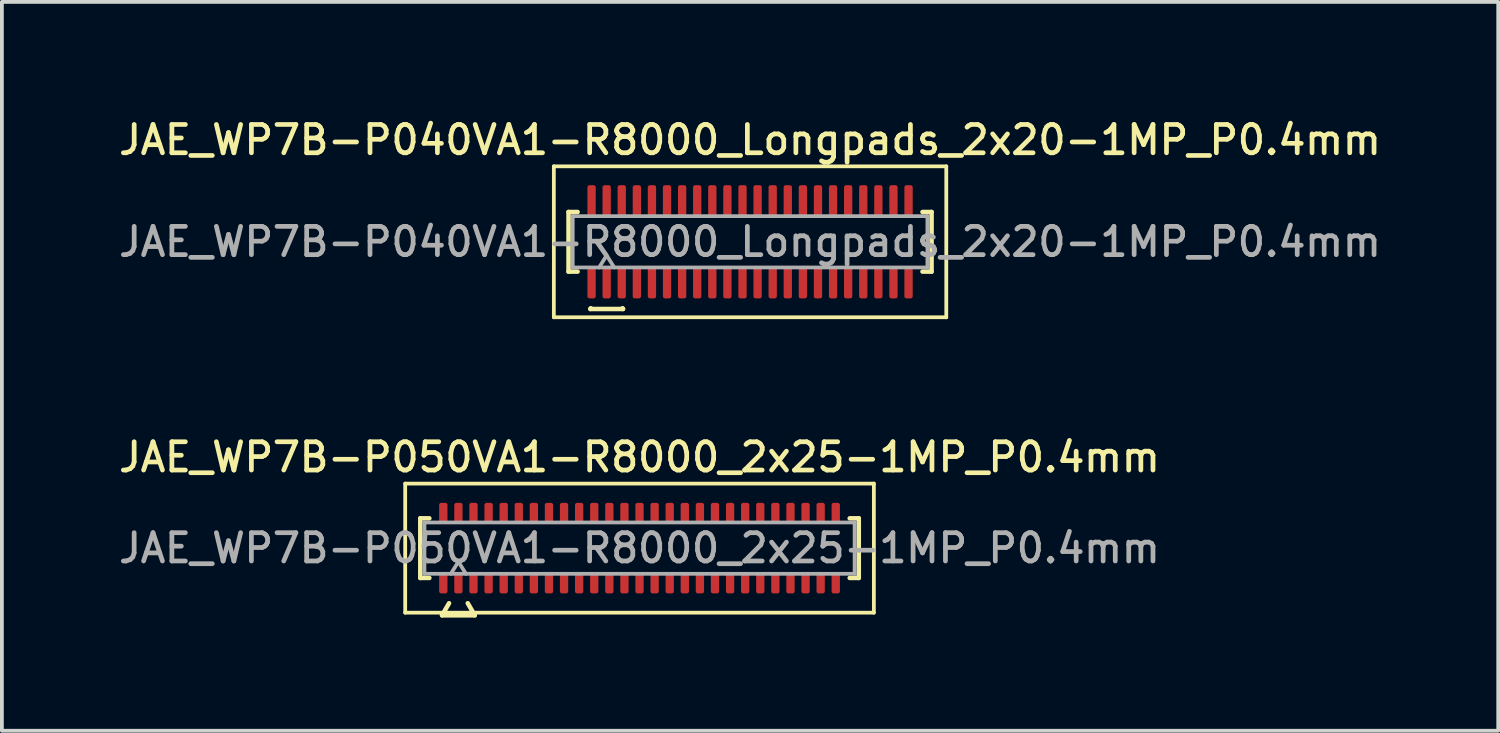
<source format=kicad_pcb>
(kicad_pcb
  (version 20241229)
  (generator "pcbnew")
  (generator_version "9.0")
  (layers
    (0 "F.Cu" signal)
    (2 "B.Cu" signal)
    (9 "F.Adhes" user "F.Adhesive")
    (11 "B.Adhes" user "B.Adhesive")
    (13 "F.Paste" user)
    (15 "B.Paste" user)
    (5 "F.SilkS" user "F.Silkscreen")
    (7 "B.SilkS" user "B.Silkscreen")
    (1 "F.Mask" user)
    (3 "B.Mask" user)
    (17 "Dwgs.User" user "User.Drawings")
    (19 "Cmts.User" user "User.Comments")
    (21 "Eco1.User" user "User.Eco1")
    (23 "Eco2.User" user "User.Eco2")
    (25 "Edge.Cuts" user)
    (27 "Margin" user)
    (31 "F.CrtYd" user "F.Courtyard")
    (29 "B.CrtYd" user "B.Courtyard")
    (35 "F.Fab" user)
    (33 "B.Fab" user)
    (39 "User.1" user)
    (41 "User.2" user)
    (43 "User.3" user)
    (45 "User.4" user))
  (footprint "JAE_WP7B-P040VA1-R8000_Longpads_2x20-1MP_P0.4mm"
    (layer "F.Cu")
    (at 16.827 3.358)
    (property "Reference" "JAE_WP7B-P040VA1-R8000_Longpads_2x20-1MP_P0.4mm" (at 0 -2.7 0) (layer "F.SilkS") (effects (font (size 0.75 0.75) (thickness 0.125))))
    (attr smd)
    (fp_line (start -5.2 -2) (end -5.2 2) (stroke (width 0.1) (type solid)) (layer "F.SilkS"))
    (fp_line (start -5.2 2) (end 5.2 2) (stroke (width 0.1) (type solid)) (layer "F.SilkS"))
    (fp_line (start -4.81 -0.79) (end -4.57 -0.79) (stroke (width 0.12) (type solid)) (layer "F.SilkS"))
    (fp_line (start -4.81 0.79) (end -4.81 -0.79) (stroke (width 0.12) (type solid)) (layer "F.SilkS"))
    (fp_line (start -4.57 0.79) (end -4.81 0.79) (stroke (width 0.12) (type solid)) (layer "F.SilkS"))
    (fp_line (start -4.233 1.78) (end -4.221 1.76) (stroke (width 0.12) (type solid)) (layer "F.SilkS"))
    (fp_line (start -3.379 1.76) (end -3.367 1.78) (stroke (width 0.12) (type solid)) (layer "F.SilkS"))
    (fp_line (start -3.367 1.78) (end -4.233 1.78) (stroke (width 0.12) (type solid)) (layer "F.SilkS"))
    (fp_line (start 4.57 -0.79) (end 4.81 -0.79) (stroke (width 0.12) (type solid)) (layer "F.SilkS"))
    (fp_line (start 4.81 -0.79) (end 4.81 0.79) (stroke (width 0.12) (type solid)) (layer "F.SilkS"))
    (fp_line (start 4.81 0.79) (end 4.57 0.79) (stroke (width 0.12) (type solid)) (layer "F.SilkS"))
    (fp_line (start 5.2 -2) (end -5.2 -2) (stroke (width 0.1) (type solid)) (layer "F.SilkS"))
    (fp_line (start 5.2 2) (end 5.2 -2) (stroke (width 0.1) (type solid)) (layer "F.SilkS"))
    (fp_line (start -4.7 -0.68) (end 4.7 -0.68) (stroke (width 0.1) (type solid)) (layer "F.Fab"))
    (fp_line (start -4.7 0.68) (end -4.7 -0.68) (stroke (width 0.1) (type solid)) (layer "F.Fab"))
    (fp_line (start -4 0.68) (end -3.8 0.36) (stroke (width 0.1) (type solid)) (layer "F.Fab"))
    (fp_line (start -3.8 0.36) (end -3.6 0.68) (stroke (width 0.1) (type solid)) (layer "F.Fab"))
    (fp_line (start 4.7 -0.68) (end 4.7 0.68) (stroke (width 0.1) (type solid)) (layer "F.Fab"))
    (fp_line (start 4.7 0.68) (end -4.7 0.68) (stroke (width 0.1) (type solid)) (layer "F.Fab"))
    (fp_text user "${REFERENCE}" (at 0 0 0) (layer "F.Fab") (effects (font (size 0.75 0.75) (thickness 0.125))))
    (pad "1" smd roundrect (at -3.8 1.075) (size 0.22 0.85) (layers "F.Cu" "F.Mask" "F.Paste") (roundrect_rratio 0.25))
    (pad "2" smd roundrect (at -3.8 -1.075) (size 0.22 0.85) (layers "F.Cu" "F.Mask" "F.Paste") (roundrect_rratio 0.25))
    (pad "3" smd roundrect (at -3.4 1.075) (size 0.22 0.85) (layers "F.Cu" "F.Mask" "F.Paste") (roundrect_rratio 0.25))
    (pad "4" smd roundrect (at -3.4 -1.075) (size 0.22 0.85) (layers "F.Cu" "F.Mask" "F.Paste") (roundrect_rratio 0.25))
    (pad "5" smd roundrect (at -3 1.075) (size 0.22 0.85) (layers "F.Cu" "F.Mask" "F.Paste") (roundrect_rratio 0.25))
    (pad "6" smd roundrect (at -3 -1.075) (size 0.22 0.85) (layers "F.Cu" "F.Mask" "F.Paste") (roundrect_rratio 0.25))
    (pad "7" smd roundrect (at -2.6 1.075) (size 0.22 0.85) (layers "F.Cu" "F.Mask" "F.Paste") (roundrect_rratio 0.25))
    (pad "8" smd roundrect (at -2.6 -1.075) (size 0.22 0.85) (layers "F.Cu" "F.Mask" "F.Paste") (roundrect_rratio 0.25))
    (pad "9" smd roundrect (at -2.2 1.075) (size 0.22 0.85) (layers "F.Cu" "F.Mask" "F.Paste") (roundrect_rratio 0.25))
    (pad "10" smd roundrect (at -2.2 -1.075) (size 0.22 0.85) (layers "F.Cu" "F.Mask" "F.Paste") (roundrect_rratio 0.25))
    (pad "11" smd roundrect (at -1.8 1.075) (size 0.22 0.85) (layers "F.Cu" "F.Mask" "F.Paste") (roundrect_rratio 0.25))
    (pad "12" smd roundrect (at -1.8 -1.075) (size 0.22 0.85) (layers "F.Cu" "F.Mask" "F.Paste") (roundrect_rratio 0.25))
    (pad "13" smd roundrect (at -1.4 1.075) (size 0.22 0.85) (layers "F.Cu" "F.Mask" "F.Paste") (roundrect_rratio 0.25))
    (pad "14" smd roundrect (at -1.4 -1.075) (size 0.22 0.85) (layers "F.Cu" "F.Mask" "F.Paste") (roundrect_rratio 0.25))
    (pad "15" smd roundrect (at -1 1.075) (size 0.22 0.85) (layers "F.Cu" "F.Mask" "F.Paste") (roundrect_rratio 0.25))
    (pad "16" smd roundrect (at -1 -1.075) (size 0.22 0.85) (layers "F.Cu" "F.Mask" "F.Paste") (roundrect_rratio 0.25))
    (pad "17" smd roundrect (at -0.6 1.075) (size 0.22 0.85) (layers "F.Cu" "F.Mask" "F.Paste") (roundrect_rratio 0.25))
    (pad "18" smd roundrect (at -0.6 -1.075) (size 0.22 0.85) (layers "F.Cu" "F.Mask" "F.Paste") (roundrect_rratio 0.25))
    (pad "19" smd roundrect (at -0.2 1.075) (size 0.22 0.85) (layers "F.Cu" "F.Mask" "F.Paste") (roundrect_rratio 0.25))
    (pad "20" smd roundrect (at -0.2 -1.075) (size 0.22 0.85) (layers "F.Cu" "F.Mask" "F.Paste") (roundrect_rratio 0.25))
    (pad "21" smd roundrect (at 0.2 1.075) (size 0.22 0.85) (layers "F.Cu" "F.Mask" "F.Paste") (roundrect_rratio 0.25))
    (pad "22" smd roundrect (at 0.2 -1.075) (size 0.22 0.85) (layers "F.Cu" "F.Mask" "F.Paste") (roundrect_rratio 0.25))
    (pad "23" smd roundrect (at 0.6 1.075) (size 0.22 0.85) (layers "F.Cu" "F.Mask" "F.Paste") (roundrect_rratio 0.25))
    (pad "24" smd roundrect (at 0.6 -1.075) (size 0.22 0.85) (layers "F.Cu" "F.Mask" "F.Paste") (roundrect_rratio 0.25))
    (pad "25" smd roundrect (at 1 1.075) (size 0.22 0.85) (layers "F.Cu" "F.Mask" "F.Paste") (roundrect_rratio 0.25))
    (pad "26" smd roundrect (at 1 -1.075) (size 0.22 0.85) (layers "F.Cu" "F.Mask" "F.Paste") (roundrect_rratio 0.25))
    (pad "27" smd roundrect (at 1.4 1.075) (size 0.22 0.85) (layers "F.Cu" "F.Mask" "F.Paste") (roundrect_rratio 0.25))
    (pad "28" smd roundrect (at 1.4 -1.075) (size 0.22 0.85) (layers "F.Cu" "F.Mask" "F.Paste") (roundrect_rratio 0.25))
    (pad "29" smd roundrect (at 1.8 1.075) (size 0.22 0.85) (layers "F.Cu" "F.Mask" "F.Paste") (roundrect_rratio 0.25))
    (pad "30" smd roundrect (at 1.8 -1.075) (size 0.22 0.85) (layers "F.Cu" "F.Mask" "F.Paste") (roundrect_rratio 0.25))
    (pad "31" smd roundrect (at 2.2 1.075) (size 0.22 0.85) (layers "F.Cu" "F.Mask" "F.Paste") (roundrect_rratio 0.25))
    (pad "32" smd roundrect (at 2.2 -1.075) (size 0.22 0.85) (layers "F.Cu" "F.Mask" "F.Paste") (roundrect_rratio 0.25))
    (pad "33" smd roundrect (at 2.6 1.075) (size 0.22 0.85) (layers "F.Cu" "F.Mask" "F.Paste") (roundrect_rratio 0.25))
    (pad "34" smd roundrect (at 2.6 -1.075) (size 0.22 0.85) (layers "F.Cu" "F.Mask" "F.Paste") (roundrect_rratio 0.25))
    (pad "35" smd roundrect (at 3 1.075) (size 0.22 0.85) (layers "F.Cu" "F.Mask" "F.Paste") (roundrect_rratio 0.25))
    (pad "36" smd roundrect (at 3 -1.075) (size 0.22 0.85) (layers "F.Cu" "F.Mask" "F.Paste") (roundrect_rratio 0.25))
    (pad "37" smd roundrect (at 3.4 1.075) (size 0.22 0.85) (layers "F.Cu" "F.Mask" "F.Paste") (roundrect_rratio 0.25))
    (pad "38" smd roundrect (at 3.4 -1.075) (size 0.22 0.85) (layers "F.Cu" "F.Mask" "F.Paste") (roundrect_rratio 0.25))
    (pad "39" smd roundrect (at 3.8 1.075) (size 0.22 0.85) (layers "F.Cu" "F.Mask" "F.Paste") (roundrect_rratio 0.25))
    (pad "40" smd roundrect (at 3.8 -1.075) (size 0.22 0.85) (layers "F.Cu" "F.Mask" "F.Paste") (roundrect_rratio 0.25))
    (pad "MP" smd roundrect (at -4.2 -1.075) (size 0.22 0.85) (layers "F.Cu" "F.Mask" "F.Paste") (roundrect_rratio 0.25))
    (pad "MP" smd roundrect (at -4.2 1.075) (size 0.22 0.85) (layers "F.Cu" "F.Mask" "F.Paste") (roundrect_rratio 0.25))
    (pad "MP" smd roundrect (at 4.2 -1.075) (size 0.22 0.85) (layers "F.Cu" "F.Mask" "F.Paste") (roundrect_rratio 0.25))
    (pad "MP" smd roundrect (at 4.2 1.075) (size 0.22 0.85) (layers "F.Cu" "F.Mask" "F.Paste") (roundrect_rratio 0.25)))
  (footprint "JAE_WP7B-P050VA1-R8000_2x25-1MP_P0.4mm"
    (layer "F.Cu")
    (at 13.898 11.476)
    (property "Reference" "JAE_WP7B-P050VA1-R8000_2x25-1MP_P0.4mm" (at 0 -2.41 0) (layer "F.SilkS") (effects (font (size 0.75 0.75) (thickness 0.125))))
    (attr smd)
    (fp_line (start -6.21 -1.71) (end -6.21 1.71) (stroke (width 0.1) (type solid)) (layer "F.SilkS"))
    (fp_line (start -6.21 1.71) (end 6.21 1.71) (stroke (width 0.1) (type solid)) (layer "F.SilkS"))
    (fp_line (start -5.81 -0.79) (end -5.57 -0.79) (stroke (width 0.12) (type solid)) (layer "F.SilkS"))
    (fp_line (start -5.81 0.79) (end -5.81 -0.79) (stroke (width 0.12) (type solid)) (layer "F.SilkS"))
    (fp_line (start -5.57 0.79) (end -5.81 0.79) (stroke (width 0.12) (type solid)) (layer "F.SilkS"))
    (fp_line (start -5.233 1.78) (end -5.048 1.46) (stroke (width 0.12) (type solid)) (layer "F.SilkS"))
    (fp_line (start -4.552 1.46) (end -4.367 1.78) (stroke (width 0.12) (type solid)) (layer "F.SilkS"))
    (fp_line (start -4.367 1.78) (end -5.233 1.78) (stroke (width 0.12) (type solid)) (layer "F.SilkS"))
    (fp_line (start 5.57 -0.79) (end 5.81 -0.79) (stroke (width 0.12) (type solid)) (layer "F.SilkS"))
    (fp_line (start 5.81 -0.79) (end 5.81 0.79) (stroke (width 0.12) (type solid)) (layer "F.SilkS"))
    (fp_line (start 5.81 0.79) (end 5.57 0.79) (stroke (width 0.12) (type solid)) (layer "F.SilkS"))
    (fp_line (start 6.21 -1.71) (end -6.21 -1.71) (stroke (width 0.1) (type solid)) (layer "F.SilkS"))
    (fp_line (start 6.21 1.71) (end 6.21 -1.71) (stroke (width 0.1) (type solid)) (layer "F.SilkS"))
    (fp_line (start -5.7 -0.68) (end 5.7 -0.68) (stroke (width 0.1) (type solid)) (layer "F.Fab"))
    (fp_line (start -5.7 0.68) (end -5.7 -0.68) (stroke (width 0.1) (type solid)) (layer "F.Fab"))
    (fp_line (start -5 0.68) (end -4.8 0.36) (stroke (width 0.1) (type solid)) (layer "F.Fab"))
    (fp_line (start -4.8 0.36) (end -4.6 0.68) (stroke (width 0.1) (type solid)) (layer "F.Fab"))
    (fp_line (start 5.7 -0.68) (end 5.7 0.68) (stroke (width 0.1) (type solid)) (layer "F.Fab"))
    (fp_line (start 5.7 0.68) (end -5.7 0.68) (stroke (width 0.1) (type solid)) (layer "F.Fab"))
    (fp_text user "${REFERENCE}" (at 0 0 0) (layer "F.Fab") (effects (font (size 0.75 0.75) (thickness 0.125))))
    (pad "1" smd roundrect (at -4.8 0.925) (size 0.22 0.55) (layers "F.Cu" "F.Mask" "F.Paste") (roundrect_rratio 0.25))
    (pad "2" smd roundrect (at -4.8 -0.925) (size 0.22 0.55) (layers "F.Cu" "F.Mask" "F.Paste") (roundrect_rratio 0.25))
    (pad "3" smd roundrect (at -4.4 0.925) (size 0.22 0.55) (layers "F.Cu" "F.Mask" "F.Paste") (roundrect_rratio 0.25))
    (pad "4" smd roundrect (at -4.4 -0.925) (size 0.22 0.55) (layers "F.Cu" "F.Mask" "F.Paste") (roundrect_rratio 0.25))
    (pad "5" smd roundrect (at -4 0.925) (size 0.22 0.55) (layers "F.Cu" "F.Mask" "F.Paste") (roundrect_rratio 0.25))
    (pad "6" smd roundrect (at -4 -0.925) (size 0.22 0.55) (layers "F.Cu" "F.Mask" "F.Paste") (roundrect_rratio 0.25))
    (pad "7" smd roundrect (at -3.6 0.925) (size 0.22 0.55) (layers "F.Cu" "F.Mask" "F.Paste") (roundrect_rratio 0.25))
    (pad "8" smd roundrect (at -3.6 -0.925) (size 0.22 0.55) (layers "F.Cu" "F.Mask" "F.Paste") (roundrect_rratio 0.25))
    (pad "9" smd roundrect (at -3.2 0.925) (size 0.22 0.55) (layers "F.Cu" "F.Mask" "F.Paste") (roundrect_rratio 0.25))
    (pad "10" smd roundrect (at -3.2 -0.925) (size 0.22 0.55) (layers "F.Cu" "F.Mask" "F.Paste") (roundrect_rratio 0.25))
    (pad "11" smd roundrect (at -2.8 0.925) (size 0.22 0.55) (layers "F.Cu" "F.Mask" "F.Paste") (roundrect_rratio 0.25))
    (pad "12" smd roundrect (at -2.8 -0.925) (size 0.22 0.55) (layers "F.Cu" "F.Mask" "F.Paste") (roundrect_rratio 0.25))
    (pad "13" smd roundrect (at -2.4 0.925) (size 0.22 0.55) (layers "F.Cu" "F.Mask" "F.Paste") (roundrect_rratio 0.25))
    (pad "14" smd roundrect (at -2.4 -0.925) (size 0.22 0.55) (layers "F.Cu" "F.Mask" "F.Paste") (roundrect_rratio 0.25))
    (pad "15" smd roundrect (at -2 0.925) (size 0.22 0.55) (layers "F.Cu" "F.Mask" "F.Paste") (roundrect_rratio 0.25))
    (pad "16" smd roundrect (at -2 -0.925) (size 0.22 0.55) (layers "F.Cu" "F.Mask" "F.Paste") (roundrect_rratio 0.25))
    (pad "17" smd roundrect (at -1.6 0.925) (size 0.22 0.55) (layers "F.Cu" "F.Mask" "F.Paste") (roundrect_rratio 0.25))
    (pad "18" smd roundrect (at -1.6 -0.925) (size 0.22 0.55) (layers "F.Cu" "F.Mask" "F.Paste") (roundrect_rratio 0.25))
    (pad "19" smd roundrect (at -1.2 0.925) (size 0.22 0.55) (layers "F.Cu" "F.Mask" "F.Paste") (roundrect_rratio 0.25))
    (pad "20" smd roundrect (at -1.2 -0.925) (size 0.22 0.55) (layers "F.Cu" "F.Mask" "F.Paste") (roundrect_rratio 0.25))
    (pad "21" smd roundrect (at -0.8 0.925) (size 0.22 0.55) (layers "F.Cu" "F.Mask" "F.Paste") (roundrect_rratio 0.25))
    (pad "22" smd roundrect (at -0.8 -0.925) (size 0.22 0.55) (layers "F.Cu" "F.Mask" "F.Paste") (roundrect_rratio 0.25))
    (pad "23" smd roundrect (at -0.4 0.925) (size 0.22 0.55) (layers "F.Cu" "F.Mask" "F.Paste") (roundrect_rratio 0.25))
    (pad "24" smd roundrect (at -0.4 -0.925) (size 0.22 0.55) (layers "F.Cu" "F.Mask" "F.Paste") (roundrect_rratio 0.25))
    (pad "25" smd roundrect (at 0 0.925) (size 0.22 0.55) (layers "F.Cu" "F.Mask" "F.Paste") (roundrect_rratio 0.25))
    (pad "26" smd roundrect (at 0 -0.925) (size 0.22 0.55) (layers "F.Cu" "F.Mask" "F.Paste") (roundrect_rratio 0.25))
    (pad "27" smd roundrect (at 0.4 0.925) (size 0.22 0.55) (layers "F.Cu" "F.Mask" "F.Paste") (roundrect_rratio 0.25))
    (pad "28" smd roundrect (at 0.4 -0.925) (size 0.22 0.55) (layers "F.Cu" "F.Mask" "F.Paste") (roundrect_rratio 0.25))
    (pad "29" smd roundrect (at 0.8 0.925) (size 0.22 0.55) (layers "F.Cu" "F.Mask" "F.Paste") (roundrect_rratio 0.25))
    (pad "30" smd roundrect (at 0.8 -0.925) (size 0.22 0.55) (layers "F.Cu" "F.Mask" "F.Paste") (roundrect_rratio 0.25))
    (pad "31" smd roundrect (at 1.2 0.925) (size 0.22 0.55) (layers "F.Cu" "F.Mask" "F.Paste") (roundrect_rratio 0.25))
    (pad "32" smd roundrect (at 1.2 -0.925) (size 0.22 0.55) (layers "F.Cu" "F.Mask" "F.Paste") (roundrect_rratio 0.25))
    (pad "33" smd roundrect (at 1.6 0.925) (size 0.22 0.55) (layers "F.Cu" "F.Mask" "F.Paste") (roundrect_rratio 0.25))
    (pad "34" smd roundrect (at 1.6 -0.925) (size 0.22 0.55) (layers "F.Cu" "F.Mask" "F.Paste") (roundrect_rratio 0.25))
    (pad "35" smd roundrect (at 2 0.925) (size 0.22 0.55) (layers "F.Cu" "F.Mask" "F.Paste") (roundrect_rratio 0.25))
    (pad "36" smd roundrect (at 2 -0.925) (size 0.22 0.55) (layers "F.Cu" "F.Mask" "F.Paste") (roundrect_rratio 0.25))
    (pad "37" smd roundrect (at 2.4 0.925) (size 0.22 0.55) (layers "F.Cu" "F.Mask" "F.Paste") (roundrect_rratio 0.25))
    (pad "38" smd roundrect (at 2.4 -0.925) (size 0.22 0.55) (layers "F.Cu" "F.Mask" "F.Paste") (roundrect_rratio 0.25))
    (pad "39" smd roundrect (at 2.8 0.925) (size 0.22 0.55) (layers "F.Cu" "F.Mask" "F.Paste") (roundrect_rratio 0.25))
    (pad "40" smd roundrect (at 2.8 -0.925) (size 0.22 0.55) (layers "F.Cu" "F.Mask" "F.Paste") (roundrect_rratio 0.25))
    (pad "41" smd roundrect (at 3.2 0.925) (size 0.22 0.55) (layers "F.Cu" "F.Mask" "F.Paste") (roundrect_rratio 0.25))
    (pad "42" smd roundrect (at 3.2 -0.925) (size 0.22 0.55) (layers "F.Cu" "F.Mask" "F.Paste") (roundrect_rratio 0.25))
    (pad "43" smd roundrect (at 3.6 0.925) (size 0.22 0.55) (layers "F.Cu" "F.Mask" "F.Paste") (roundrect_rratio 0.25))
    (pad "44" smd roundrect (at 3.6 -0.925) (size 0.22 0.55) (layers "F.Cu" "F.Mask" "F.Paste") (roundrect_rratio 0.25))
    (pad "45" smd roundrect (at 4 0.925) (size 0.22 0.55) (layers "F.Cu" "F.Mask" "F.Paste") (roundrect_rratio 0.25))
    (pad "46" smd roundrect (at 4 -0.925) (size 0.22 0.55) (layers "F.Cu" "F.Mask" "F.Paste") (roundrect_rratio 0.25))
    (pad "47" smd roundrect (at 4.4 0.925) (size 0.22 0.55) (layers "F.Cu" "F.Mask" "F.Paste") (roundrect_rratio 0.25))
    (pad "48" smd roundrect (at 4.4 -0.925) (size 0.22 0.55) (layers "F.Cu" "F.Mask" "F.Paste") (roundrect_rratio 0.25))
    (pad "49" smd roundrect (at 4.8 0.925) (size 0.22 0.55) (layers "F.Cu" "F.Mask" "F.Paste") (roundrect_rratio 0.25))
    (pad "50" smd roundrect (at 4.8 -0.925) (size 0.22 0.55) (layers "F.Cu" "F.Mask" "F.Paste") (roundrect_rratio 0.25))
    (pad "MP" smd roundrect (at -5.2 -0.925) (size 0.22 0.55) (layers "F.Cu" "F.Mask" "F.Paste") (roundrect_rratio 0.25))
    (pad "MP" smd roundrect (at -5.2 0.925) (size 0.22 0.55) (layers "F.Cu" "F.Mask" "F.Paste") (roundrect_rratio 0.25))
    (pad "MP" smd roundrect (at 5.2 -0.925) (size 0.22 0.55) (layers "F.Cu" "F.Mask" "F.Paste") (roundrect_rratio 0.25))
    (pad "MP" smd roundrect (at 5.2 0.925) (size 0.22 0.55) (layers "F.Cu" "F.Mask" "F.Paste") (roundrect_rratio 0.25)))
  (gr_rect
    (start -3 -3)
    (end 36.654 16.316)
    (stroke (width 0.1) (type default))
    (fill no)
    (layer "Edge.Cuts")))
</source>
